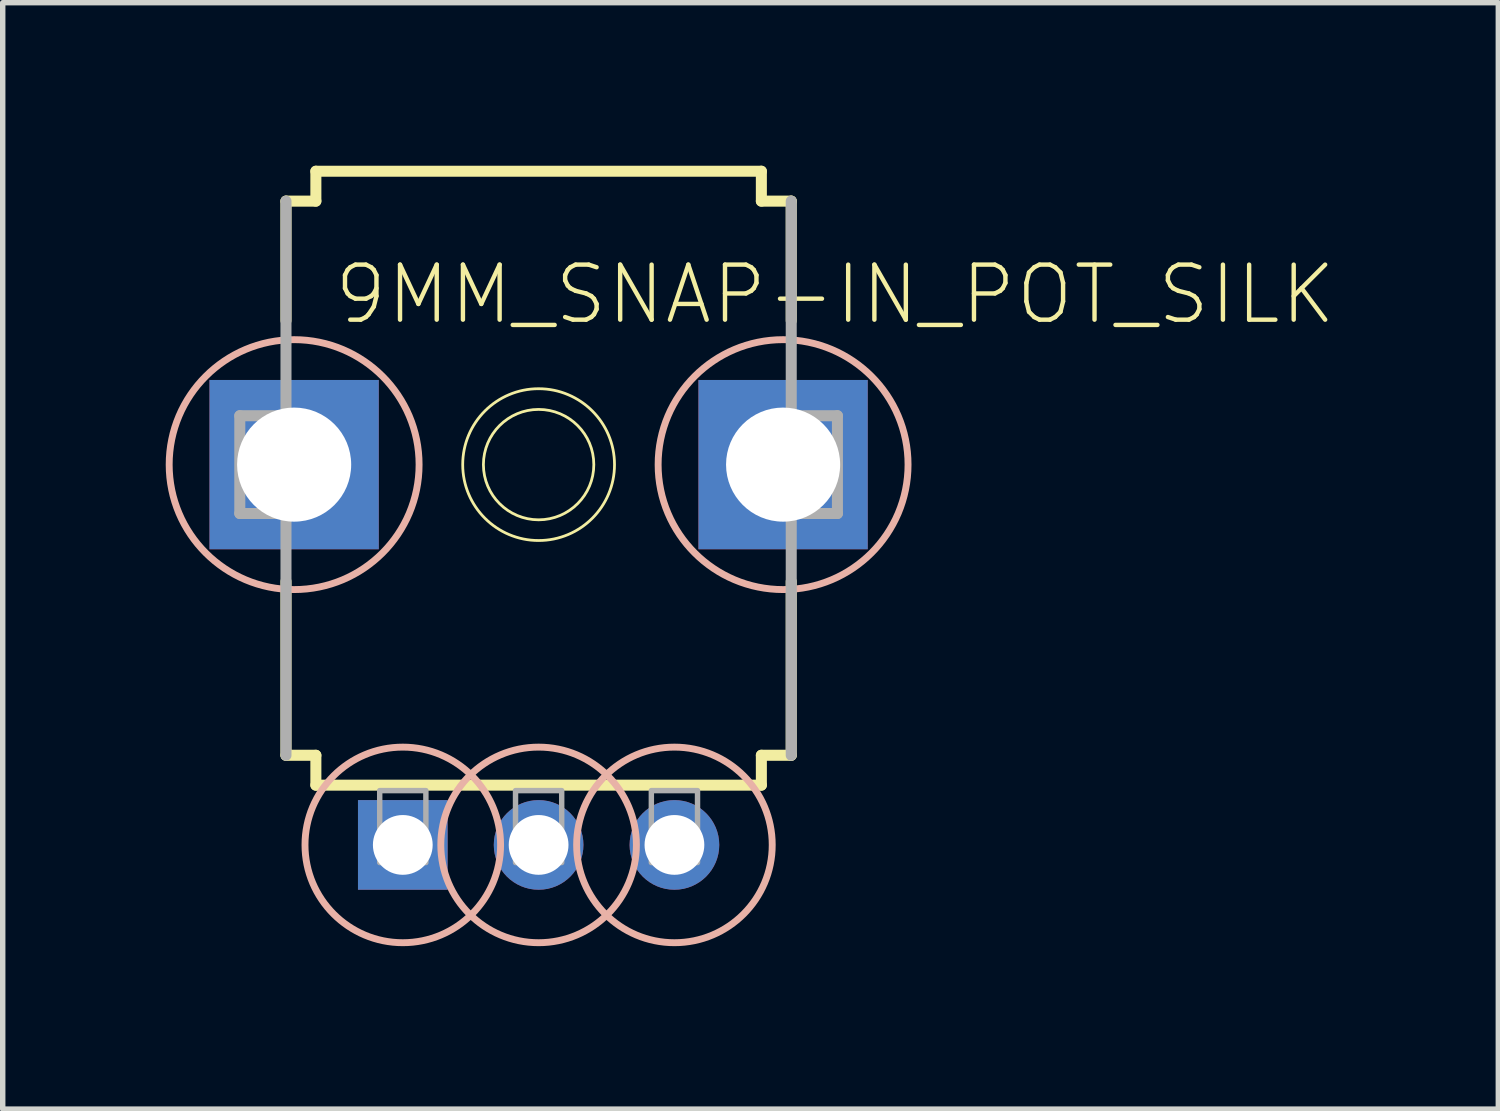
<source format=kicad_pcb>
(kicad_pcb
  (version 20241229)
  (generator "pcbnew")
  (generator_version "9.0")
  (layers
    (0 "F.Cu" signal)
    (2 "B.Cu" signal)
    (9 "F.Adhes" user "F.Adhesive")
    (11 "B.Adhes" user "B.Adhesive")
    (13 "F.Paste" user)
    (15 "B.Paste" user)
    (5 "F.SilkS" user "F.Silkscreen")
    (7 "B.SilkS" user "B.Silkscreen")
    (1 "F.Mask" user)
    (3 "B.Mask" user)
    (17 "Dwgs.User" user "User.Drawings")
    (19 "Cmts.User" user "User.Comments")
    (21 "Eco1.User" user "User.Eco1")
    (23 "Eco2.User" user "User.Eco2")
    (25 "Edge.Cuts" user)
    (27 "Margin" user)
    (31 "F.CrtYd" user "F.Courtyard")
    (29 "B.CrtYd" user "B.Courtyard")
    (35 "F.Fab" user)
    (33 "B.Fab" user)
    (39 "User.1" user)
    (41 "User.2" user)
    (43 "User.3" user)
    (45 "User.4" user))
  (footprint "9MM_SNAP-IN_POT_SILK"
    (layer "F.Cu")
    (at 6.864 5.502)
    (property "Reference" "9MM_SNAP-IN_POT_SILK" (at -3.81 -2.54 0) (layer "F.SilkS") (effects (font (size 1.013 1.013) (thickness 0.081)) (justify left bottom)))
    (attr through_hole)
    (fp_line (start -4.65 -2.65) (end -4.65 -4.85) (stroke (width 0.203) (type solid)) (layer "F.SilkS"))
    (fp_line (start -4.65 5.35) (end -4.65 2.15) (stroke (width 0.203) (type solid)) (layer "F.SilkS"))
    (fp_line (start -4.65 5.35) (end -4.1 5.35) (stroke (width 0.203) (type solid)) (layer "F.SilkS"))
    (fp_line (start -4.1 -5.4) (end -4.1 -4.85) (stroke (width 0.203) (type solid)) (layer "F.SilkS"))
    (fp_line (start -4.1 -5.4) (end 4.1 -5.4) (stroke (width 0.203) (type solid)) (layer "F.SilkS"))
    (fp_line (start -4.1 -4.85) (end -4.65 -4.85) (stroke (width 0.203) (type solid)) (layer "F.SilkS"))
    (fp_line (start -4.1 5.35) (end -4.1 5.9) (stroke (width 0.203) (type solid)) (layer "F.SilkS"))
    (fp_line (start 4.1 -4.85) (end 4.1 -5.4) (stroke (width 0.203) (type solid)) (layer "F.SilkS"))
    (fp_line (start 4.1 5.35) (end 4.65 5.35) (stroke (width 0.203) (type solid)) (layer "F.SilkS"))
    (fp_line (start 4.1 5.9) (end -4.1 5.9) (stroke (width 0.203) (type solid)) (layer "F.SilkS"))
    (fp_line (start 4.1 5.9) (end 4.1 5.35) (stroke (width 0.203) (type solid)) (layer "F.SilkS"))
    (fp_line (start 4.65 -4.85) (end 4.1 -4.85) (stroke (width 0.203) (type solid)) (layer "F.SilkS"))
    (fp_line (start 4.65 -4.85) (end 4.65 -2.65) (stroke (width 0.203) (type solid)) (layer "F.SilkS"))
    (fp_line (start 4.65 2.15) (end 4.65 5.35) (stroke (width 0.203) (type solid)) (layer "F.SilkS"))
    (fp_circle (center 0 0) (end 1.016 0) (stroke (width 0.051) (type solid)) (fill no) (layer "F.SilkS"))
    (fp_circle (center 0 0) (end 1.397 0) (stroke (width 0.051) (type solid)) (fill no) (layer "F.SilkS"))
    (fp_circle (center -4.5 0) (end -2.2 0) (stroke (width 0.127) (type solid)) (fill no) (layer "B.SilkS"))
    (fp_circle (center -2.5 7) (end -0.7 7) (stroke (width 0.127) (type solid)) (fill no) (layer "B.SilkS"))
    (fp_circle (center 0 7) (end 1.8 7) (stroke (width 0.127) (type solid)) (fill no) (layer "B.SilkS"))
    (fp_circle (center 2.5 7) (end 4.3 7) (stroke (width 0.127) (type solid)) (fill no) (layer "B.SilkS"))
    (fp_circle (center 4.5 0) (end 6.8 0) (stroke (width 0.127) (type solid)) (fill no) (layer "B.SilkS"))
    (fp_line (start -5.5 -0.9) (end -5.5 0.9) (stroke (width 0.203) (type solid)) (layer "F.Fab"))
    (fp_line (start -5.5 0.9) (end -4.75 0.9) (stroke (width 0.203) (type solid)) (layer "F.Fab"))
    (fp_line (start -4.75 -0.9) (end -5.5 -0.9) (stroke (width 0.203) (type solid)) (layer "F.Fab"))
    (fp_line (start -4.65 5.35) (end -4.65 -4.85) (stroke (width 0.203) (type solid)) (layer "F.Fab"))
    (fp_line (start 4.65 -4.85) (end 4.65 5.35) (stroke (width 0.203) (type solid)) (layer "F.Fab"))
    (fp_line (start 4.75 0.9) (end 5.5 0.9) (stroke (width 0.203) (type solid)) (layer "F.Fab"))
    (fp_line (start 5.5 -0.9) (end 4.75 -0.9) (stroke (width 0.203) (type solid)) (layer "F.Fab"))
    (fp_line (start 5.5 0.9) (end 5.5 -0.9) (stroke (width 0.203) (type solid)) (layer "F.Fab"))
    (fp_poly (pts (xy -2.925 7.325) (xy -2.075 7.325) (xy -2.075 6) (xy -2.925 6)) (stroke (width 0.1) (type solid)) (fill no) (layer "F.Fab"))
    (fp_poly (pts (xy -0.425 7.325) (xy 0.425 7.325) (xy 0.425 6) (xy -0.425 6)) (stroke (width 0.1) (type solid)) (fill no) (layer "F.Fab"))
    (fp_poly (pts (xy 2.075 7.325) (xy 2.925 7.325) (xy 2.925 6) (xy 2.075 6)) (stroke (width 0.1) (type solid)) (fill no) (layer "F.Fab"))
    (pad "1" thru_hole rect (at -2.5 7 270) (size 1.65 1.65) (drill 1.1) (layers "*.Cu" "*.Mask"))
    (pad "2" thru_hole circle (at 0 7 270) (size 1.65 1.65) (drill 1.1) (layers "*.Cu" "*.Mask"))
    (pad "3" thru_hole circle (at 2.5 7 270) (size 1.65 1.65) (drill 1.1) (layers "*.Cu" "*.Mask"))
    (pad "CHASSIS1" thru_hole rect (at -4.5 0 270) (size 3.116 3.116) (drill 2.1) (layers "*.Cu" "*.Mask"))
    (pad "CHASSIS2" thru_hole rect (at 4.5 0 270) (size 3.116 3.116) (drill 2.1) (layers "*.Cu" "*.Mask")))
  (gr_rect
    (start -3 -3)
    (end 24.529 17.365)
    (stroke (width 0.1) (type default))
    (fill no)
    (layer "Edge.Cuts")))
</source>
